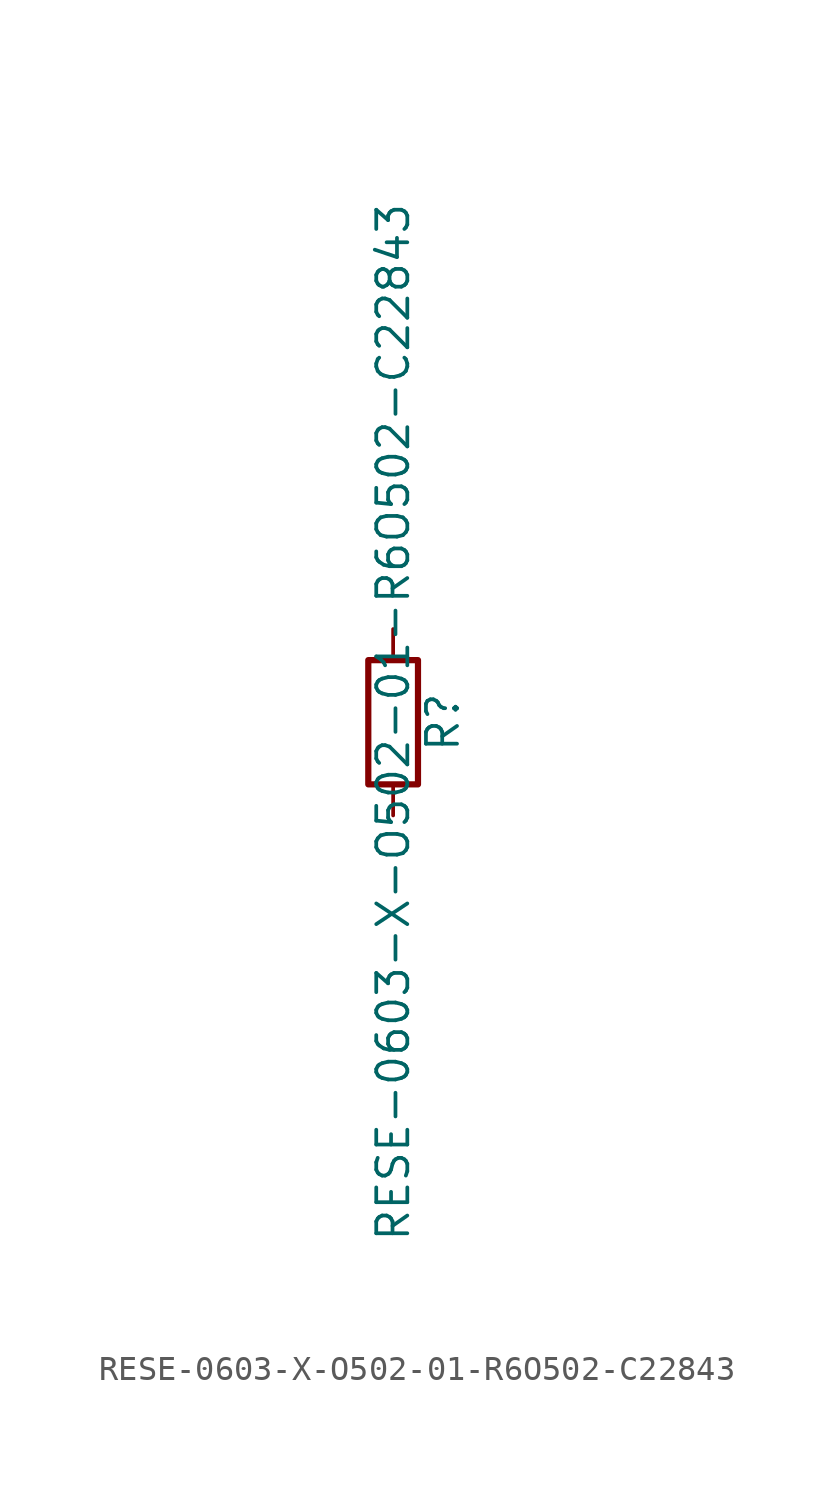
<source format=kicad_sym>
(kicad_symbol_lib
  (version 20211014)
  (generator kicad_symbol_editor)
  (symbol "RESE-0603-X-O502-01-R6O502-C22843"
    (pin_numbers hide)
    (pin_names
      (offset 0))
    (property "Reference" "R"
      (at 2.032 0 90)
      (effects (font (size 1.27 1.27))))
    (property "Value" "RESE-0603-X-O502-01-R6O502-C22843"
      (at 0 0 90)
      (effects (font (size 1.27 1.27))))
    (symbol "RESE-0603-X-O502-01-R6O502-C22843_0_1"
      (rectangle (start -1.016 -2.54) (end 1.016 2.54) (stroke (width 0.254) (type default) (color 0 0 0 0)) (fill (type none))))
    (symbol "RESE-0603-X-O502-01-R6O502-C22843_1_1"
      (pin passive line (at 0 3.81 270) (length 1.27) (name "~" (effects (font (size 1.27 1.27)))) (number "1" (effects (font (size 1.27 1.27)))))
      (pin passive line (at 0 -3.81 90) (length 1.27) (name "~" (effects (font (size 1.27 1.27)))) (number "2" (effects (font (size 1.27 1.27))))))))
</source>
